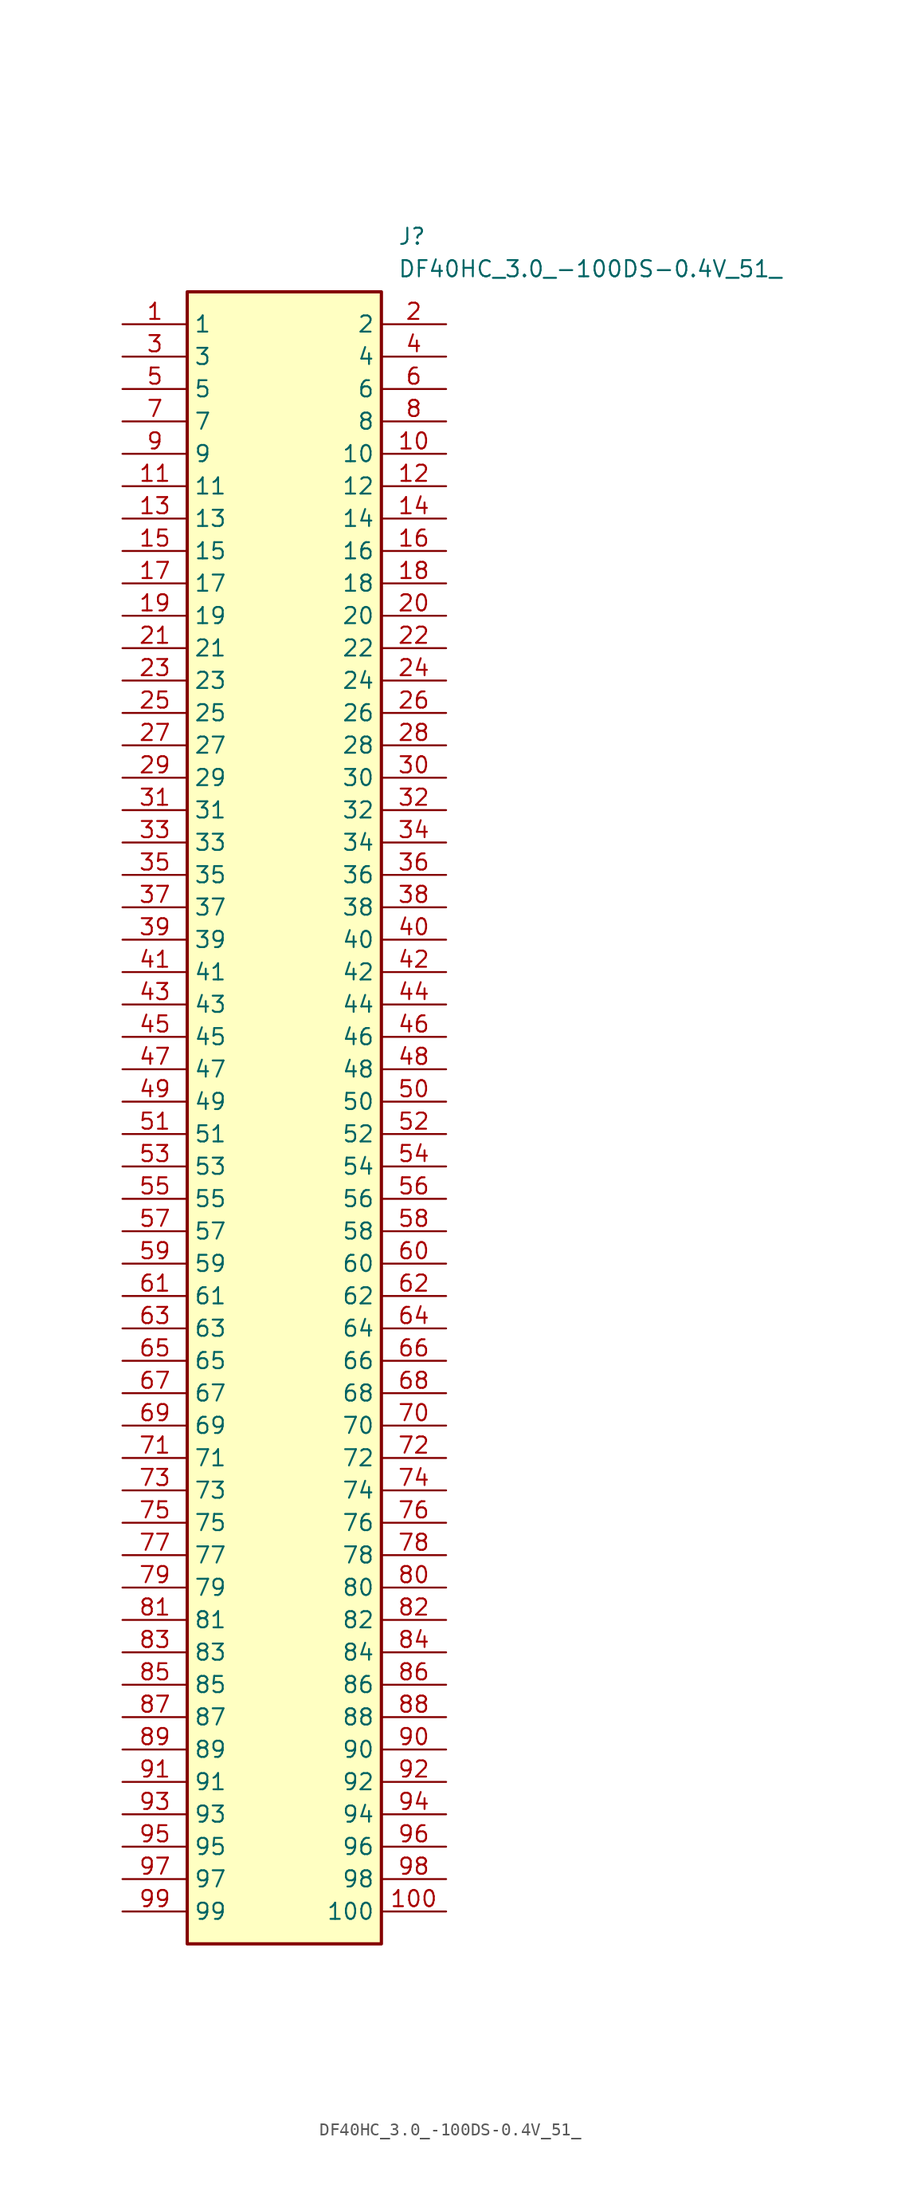
<source format=kicad_sym>
(kicad_symbol_lib
  (version 20231120)
  (generator "kicad_symbol_editor")
  (generator_version "8.0")
  (symbol "DF40HC_3.0_-100DS-0.4V_51_"
    (property "Reference" "J"
      (at 21.59 7.62 0)
      (effects (font (size 1.27 1.27)) (justify left top)))
    (property "Value" "DF40HC_3.0_-100DS-0.4V_51_"
      (at 21.59 5.08 0)
      (effects (font (size 1.27 1.27)) (justify left top)))
    (symbol "DF40HC_3.0_-100DS-0.4V_51__1_1"
      (rectangle (start 5.08 2.54) (end 20.32 -127) (stroke (width 0.254) (type default)) (fill (type background)))
      (pin passive line (at 0 0 0) (length 5.08) (name "1" (effects (font (size 1.27 1.27)))) (number "1" (effects (font (size 1.27 1.27)))))
      (pin passive line (at 25.4 -10.16 180) (length 5.08) (name "10" (effects (font (size 1.27 1.27)))) (number "10" (effects (font (size 1.27 1.27)))))
      (pin passive line (at 25.4 -124.46 180) (length 5.08) (name "100" (effects (font (size 1.27 1.27)))) (number "100" (effects (font (size 1.27 1.27)))))
      (pin passive line (at 0 -12.7 0) (length 5.08) (name "11" (effects (font (size 1.27 1.27)))) (number "11" (effects (font (size 1.27 1.27)))))
      (pin passive line (at 25.4 -12.7 180) (length 5.08) (name "12" (effects (font (size 1.27 1.27)))) (number "12" (effects (font (size 1.27 1.27)))))
      (pin passive line (at 0 -15.24 0) (length 5.08) (name "13" (effects (font (size 1.27 1.27)))) (number "13" (effects (font (size 1.27 1.27)))))
      (pin passive line (at 25.4 -15.24 180) (length 5.08) (name "14" (effects (font (size 1.27 1.27)))) (number "14" (effects (font (size 1.27 1.27)))))
      (pin passive line (at 0 -17.78 0) (length 5.08) (name "15" (effects (font (size 1.27 1.27)))) (number "15" (effects (font (size 1.27 1.27)))))
      (pin passive line (at 25.4 -17.78 180) (length 5.08) (name "16" (effects (font (size 1.27 1.27)))) (number "16" (effects (font (size 1.27 1.27)))))
      (pin passive line (at 0 -20.32 0) (length 5.08) (name "17" (effects (font (size 1.27 1.27)))) (number "17" (effects (font (size 1.27 1.27)))))
      (pin passive line (at 25.4 -20.32 180) (length 5.08) (name "18" (effects (font (size 1.27 1.27)))) (number "18" (effects (font (size 1.27 1.27)))))
      (pin passive line (at 0 -22.86 0) (length 5.08) (name "19" (effects (font (size 1.27 1.27)))) (number "19" (effects (font (size 1.27 1.27)))))
      (pin passive line (at 25.4 0 180) (length 5.08) (name "2" (effects (font (size 1.27 1.27)))) (number "2" (effects (font (size 1.27 1.27)))))
      (pin passive line (at 25.4 -22.86 180) (length 5.08) (name "20" (effects (font (size 1.27 1.27)))) (number "20" (effects (font (size 1.27 1.27)))))
      (pin passive line (at 0 -25.4 0) (length 5.08) (name "21" (effects (font (size 1.27 1.27)))) (number "21" (effects (font (size 1.27 1.27)))))
      (pin passive line (at 25.4 -25.4 180) (length 5.08) (name "22" (effects (font (size 1.27 1.27)))) (number "22" (effects (font (size 1.27 1.27)))))
      (pin passive line (at 0 -27.94 0) (length 5.08) (name "23" (effects (font (size 1.27 1.27)))) (number "23" (effects (font (size 1.27 1.27)))))
      (pin passive line (at 25.4 -27.94 180) (length 5.08) (name "24" (effects (font (size 1.27 1.27)))) (number "24" (effects (font (size 1.27 1.27)))))
      (pin passive line (at 0 -30.48 0) (length 5.08) (name "25" (effects (font (size 1.27 1.27)))) (number "25" (effects (font (size 1.27 1.27)))))
      (pin passive line (at 25.4 -30.48 180) (length 5.08) (name "26" (effects (font (size 1.27 1.27)))) (number "26" (effects (font (size 1.27 1.27)))))
      (pin passive line (at 0 -33.02 0) (length 5.08) (name "27" (effects (font (size 1.27 1.27)))) (number "27" (effects (font (size 1.27 1.27)))))
      (pin passive line (at 25.4 -33.02 180) (length 5.08) (name "28" (effects (font (size 1.27 1.27)))) (number "28" (effects (font (size 1.27 1.27)))))
      (pin passive line (at 0 -35.56 0) (length 5.08) (name "29" (effects (font (size 1.27 1.27)))) (number "29" (effects (font (size 1.27 1.27)))))
      (pin passive line (at 0 -2.54 0) (length 5.08) (name "3" (effects (font (size 1.27 1.27)))) (number "3" (effects (font (size 1.27 1.27)))))
      (pin passive line (at 25.4 -35.56 180) (length 5.08) (name "30" (effects (font (size 1.27 1.27)))) (number "30" (effects (font (size 1.27 1.27)))))
      (pin passive line (at 0 -38.1 0) (length 5.08) (name "31" (effects (font (size 1.27 1.27)))) (number "31" (effects (font (size 1.27 1.27)))))
      (pin passive line (at 25.4 -38.1 180) (length 5.08) (name "32" (effects (font (size 1.27 1.27)))) (number "32" (effects (font (size 1.27 1.27)))))
      (pin passive line (at 0 -40.64 0) (length 5.08) (name "33" (effects (font (size 1.27 1.27)))) (number "33" (effects (font (size 1.27 1.27)))))
      (pin passive line (at 25.4 -40.64 180) (length 5.08) (name "34" (effects (font (size 1.27 1.27)))) (number "34" (effects (font (size 1.27 1.27)))))
      (pin passive line (at 0 -43.18 0) (length 5.08) (name "35" (effects (font (size 1.27 1.27)))) (number "35" (effects (font (size 1.27 1.27)))))
      (pin passive line (at 25.4 -43.18 180) (length 5.08) (name "36" (effects (font (size 1.27 1.27)))) (number "36" (effects (font (size 1.27 1.27)))))
      (pin passive line (at 0 -45.72 0) (length 5.08) (name "37" (effects (font (size 1.27 1.27)))) (number "37" (effects (font (size 1.27 1.27)))))
      (pin passive line (at 25.4 -45.72 180) (length 5.08) (name "38" (effects (font (size 1.27 1.27)))) (number "38" (effects (font (size 1.27 1.27)))))
      (pin passive line (at 0 -48.26 0) (length 5.08) (name "39" (effects (font (size 1.27 1.27)))) (number "39" (effects (font (size 1.27 1.27)))))
      (pin passive line (at 25.4 -2.54 180) (length 5.08) (name "4" (effects (font (size 1.27 1.27)))) (number "4" (effects (font (size 1.27 1.27)))))
      (pin passive line (at 25.4 -48.26 180) (length 5.08) (name "40" (effects (font (size 1.27 1.27)))) (number "40" (effects (font (size 1.27 1.27)))))
      (pin passive line (at 0 -50.8 0) (length 5.08) (name "41" (effects (font (size 1.27 1.27)))) (number "41" (effects (font (size 1.27 1.27)))))
      (pin passive line (at 25.4 -50.8 180) (length 5.08) (name "42" (effects (font (size 1.27 1.27)))) (number "42" (effects (font (size 1.27 1.27)))))
      (pin passive line (at 0 -53.34 0) (length 5.08) (name "43" (effects (font (size 1.27 1.27)))) (number "43" (effects (font (size 1.27 1.27)))))
      (pin passive line (at 25.4 -53.34 180) (length 5.08) (name "44" (effects (font (size 1.27 1.27)))) (number "44" (effects (font (size 1.27 1.27)))))
      (pin passive line (at 0 -55.88 0) (length 5.08) (name "45" (effects (font (size 1.27 1.27)))) (number "45" (effects (font (size 1.27 1.27)))))
      (pin passive line (at 25.4 -55.88 180) (length 5.08) (name "46" (effects (font (size 1.27 1.27)))) (number "46" (effects (font (size 1.27 1.27)))))
      (pin passive line (at 0 -58.42 0) (length 5.08) (name "47" (effects (font (size 1.27 1.27)))) (number "47" (effects (font (size 1.27 1.27)))))
      (pin passive line (at 25.4 -58.42 180) (length 5.08) (name "48" (effects (font (size 1.27 1.27)))) (number "48" (effects (font (size 1.27 1.27)))))
      (pin passive line (at 0 -60.96 0) (length 5.08) (name "49" (effects (font (size 1.27 1.27)))) (number "49" (effects (font (size 1.27 1.27)))))
      (pin passive line (at 0 -5.08 0) (length 5.08) (name "5" (effects (font (size 1.27 1.27)))) (number "5" (effects (font (size 1.27 1.27)))))
      (pin passive line (at 25.4 -60.96 180) (length 5.08) (name "50" (effects (font (size 1.27 1.27)))) (number "50" (effects (font (size 1.27 1.27)))))
      (pin passive line (at 0 -63.5 0) (length 5.08) (name "51" (effects (font (size 1.27 1.27)))) (number "51" (effects (font (size 1.27 1.27)))))
      (pin passive line (at 25.4 -63.5 180) (length 5.08) (name "52" (effects (font (size 1.27 1.27)))) (number "52" (effects (font (size 1.27 1.27)))))
      (pin passive line (at 0 -66.04 0) (length 5.08) (name "53" (effects (font (size 1.27 1.27)))) (number "53" (effects (font (size 1.27 1.27)))))
      (pin passive line (at 25.4 -66.04 180) (length 5.08) (name "54" (effects (font (size 1.27 1.27)))) (number "54" (effects (font (size 1.27 1.27)))))
      (pin passive line (at 0 -68.58 0) (length 5.08) (name "55" (effects (font (size 1.27 1.27)))) (number "55" (effects (font (size 1.27 1.27)))))
      (pin passive line (at 25.4 -68.58 180) (length 5.08) (name "56" (effects (font (size 1.27 1.27)))) (number "56" (effects (font (size 1.27 1.27)))))
      (pin passive line (at 0 -71.12 0) (length 5.08) (name "57" (effects (font (size 1.27 1.27)))) (number "57" (effects (font (size 1.27 1.27)))))
      (pin passive line (at 25.4 -71.12 180) (length 5.08) (name "58" (effects (font (size 1.27 1.27)))) (number "58" (effects (font (size 1.27 1.27)))))
      (pin passive line (at 0 -73.66 0) (length 5.08) (name "59" (effects (font (size 1.27 1.27)))) (number "59" (effects (font (size 1.27 1.27)))))
      (pin passive line (at 25.4 -5.08 180) (length 5.08) (name "6" (effects (font (size 1.27 1.27)))) (number "6" (effects (font (size 1.27 1.27)))))
      (pin passive line (at 25.4 -73.66 180) (length 5.08) (name "60" (effects (font (size 1.27 1.27)))) (number "60" (effects (font (size 1.27 1.27)))))
      (pin passive line (at 0 -76.2 0) (length 5.08) (name "61" (effects (font (size 1.27 1.27)))) (number "61" (effects (font (size 1.27 1.27)))))
      (pin passive line (at 25.4 -76.2 180) (length 5.08) (name "62" (effects (font (size 1.27 1.27)))) (number "62" (effects (font (size 1.27 1.27)))))
      (pin passive line (at 0 -78.74 0) (length 5.08) (name "63" (effects (font (size 1.27 1.27)))) (number "63" (effects (font (size 1.27 1.27)))))
      (pin passive line (at 25.4 -78.74 180) (length 5.08) (name "64" (effects (font (size 1.27 1.27)))) (number "64" (effects (font (size 1.27 1.27)))))
      (pin passive line (at 0 -81.28 0) (length 5.08) (name "65" (effects (font (size 1.27 1.27)))) (number "65" (effects (font (size 1.27 1.27)))))
      (pin passive line (at 25.4 -81.28 180) (length 5.08) (name "66" (effects (font (size 1.27 1.27)))) (number "66" (effects (font (size 1.27 1.27)))))
      (pin passive line (at 0 -83.82 0) (length 5.08) (name "67" (effects (font (size 1.27 1.27)))) (number "67" (effects (font (size 1.27 1.27)))))
      (pin passive line (at 25.4 -83.82 180) (length 5.08) (name "68" (effects (font (size 1.27 1.27)))) (number "68" (effects (font (size 1.27 1.27)))))
      (pin passive line (at 0 -86.36 0) (length 5.08) (name "69" (effects (font (size 1.27 1.27)))) (number "69" (effects (font (size 1.27 1.27)))))
      (pin passive line (at 0 -7.62 0) (length 5.08) (name "7" (effects (font (size 1.27 1.27)))) (number "7" (effects (font (size 1.27 1.27)))))
      (pin passive line (at 25.4 -86.36 180) (length 5.08) (name "70" (effects (font (size 1.27 1.27)))) (number "70" (effects (font (size 1.27 1.27)))))
      (pin passive line (at 0 -88.9 0) (length 5.08) (name "71" (effects (font (size 1.27 1.27)))) (number "71" (effects (font (size 1.27 1.27)))))
      (pin passive line (at 25.4 -88.9 180) (length 5.08) (name "72" (effects (font (size 1.27 1.27)))) (number "72" (effects (font (size 1.27 1.27)))))
      (pin passive line (at 0 -91.44 0) (length 5.08) (name "73" (effects (font (size 1.27 1.27)))) (number "73" (effects (font (size 1.27 1.27)))))
      (pin passive line (at 25.4 -91.44 180) (length 5.08) (name "74" (effects (font (size 1.27 1.27)))) (number "74" (effects (font (size 1.27 1.27)))))
      (pin passive line (at 0 -93.98 0) (length 5.08) (name "75" (effects (font (size 1.27 1.27)))) (number "75" (effects (font (size 1.27 1.27)))))
      (pin passive line (at 25.4 -93.98 180) (length 5.08) (name "76" (effects (font (size 1.27 1.27)))) (number "76" (effects (font (size 1.27 1.27)))))
      (pin passive line (at 0 -96.52 0) (length 5.08) (name "77" (effects (font (size 1.27 1.27)))) (number "77" (effects (font (size 1.27 1.27)))))
      (pin passive line (at 25.4 -96.52 180) (length 5.08) (name "78" (effects (font (size 1.27 1.27)))) (number "78" (effects (font (size 1.27 1.27)))))
      (pin passive line (at 0 -99.06 0) (length 5.08) (name "79" (effects (font (size 1.27 1.27)))) (number "79" (effects (font (size 1.27 1.27)))))
      (pin passive line (at 25.4 -7.62 180) (length 5.08) (name "8" (effects (font (size 1.27 1.27)))) (number "8" (effects (font (size 1.27 1.27)))))
      (pin passive line (at 25.4 -99.06 180) (length 5.08) (name "80" (effects (font (size 1.27 1.27)))) (number "80" (effects (font (size 1.27 1.27)))))
      (pin passive line (at 0 -101.6 0) (length 5.08) (name "81" (effects (font (size 1.27 1.27)))) (number "81" (effects (font (size 1.27 1.27)))))
      (pin passive line (at 25.4 -101.6 180) (length 5.08) (name "82" (effects (font (size 1.27 1.27)))) (number "82" (effects (font (size 1.27 1.27)))))
      (pin passive line (at 0 -104.14 0) (length 5.08) (name "83" (effects (font (size 1.27 1.27)))) (number "83" (effects (font (size 1.27 1.27)))))
      (pin passive line (at 25.4 -104.14 180) (length 5.08) (name "84" (effects (font (size 1.27 1.27)))) (number "84" (effects (font (size 1.27 1.27)))))
      (pin passive line (at 0 -106.68 0) (length 5.08) (name "85" (effects (font (size 1.27 1.27)))) (number "85" (effects (font (size 1.27 1.27)))))
      (pin passive line (at 25.4 -106.68 180) (length 5.08) (name "86" (effects (font (size 1.27 1.27)))) (number "86" (effects (font (size 1.27 1.27)))))
      (pin passive line (at 0 -109.22 0) (length 5.08) (name "87" (effects (font (size 1.27 1.27)))) (number "87" (effects (font (size 1.27 1.27)))))
      (pin passive line (at 25.4 -109.22 180) (length 5.08) (name "88" (effects (font (size 1.27 1.27)))) (number "88" (effects (font (size 1.27 1.27)))))
      (pin passive line (at 0 -111.76 0) (length 5.08) (name "89" (effects (font (size 1.27 1.27)))) (number "89" (effects (font (size 1.27 1.27)))))
      (pin passive line (at 0 -10.16 0) (length 5.08) (name "9" (effects (font (size 1.27 1.27)))) (number "9" (effects (font (size 1.27 1.27)))))
      (pin passive line (at 25.4 -111.76 180) (length 5.08) (name "90" (effects (font (size 1.27 1.27)))) (number "90" (effects (font (size 1.27 1.27)))))
      (pin passive line (at 0 -114.3 0) (length 5.08) (name "91" (effects (font (size 1.27 1.27)))) (number "91" (effects (font (size 1.27 1.27)))))
      (pin passive line (at 25.4 -114.3 180) (length 5.08) (name "92" (effects (font (size 1.27 1.27)))) (number "92" (effects (font (size 1.27 1.27)))))
      (pin passive line (at 0 -116.84 0) (length 5.08) (name "93" (effects (font (size 1.27 1.27)))) (number "93" (effects (font (size 1.27 1.27)))))
      (pin passive line (at 25.4 -116.84 180) (length 5.08) (name "94" (effects (font (size 1.27 1.27)))) (number "94" (effects (font (size 1.27 1.27)))))
      (pin passive line (at 0 -119.38 0) (length 5.08) (name "95" (effects (font (size 1.27 1.27)))) (number "95" (effects (font (size 1.27 1.27)))))
      (pin passive line (at 25.4 -119.38 180) (length 5.08) (name "96" (effects (font (size 1.27 1.27)))) (number "96" (effects (font (size 1.27 1.27)))))
      (pin passive line (at 0 -121.92 0) (length 5.08) (name "97" (effects (font (size 1.27 1.27)))) (number "97" (effects (font (size 1.27 1.27)))))
      (pin passive line (at 25.4 -121.92 180) (length 5.08) (name "98" (effects (font (size 1.27 1.27)))) (number "98" (effects (font (size 1.27 1.27)))))
      (pin passive line (at 0 -124.46 0) (length 5.08) (name "99" (effects (font (size 1.27 1.27)))) (number "99" (effects (font (size 1.27 1.27))))))))
</source>
